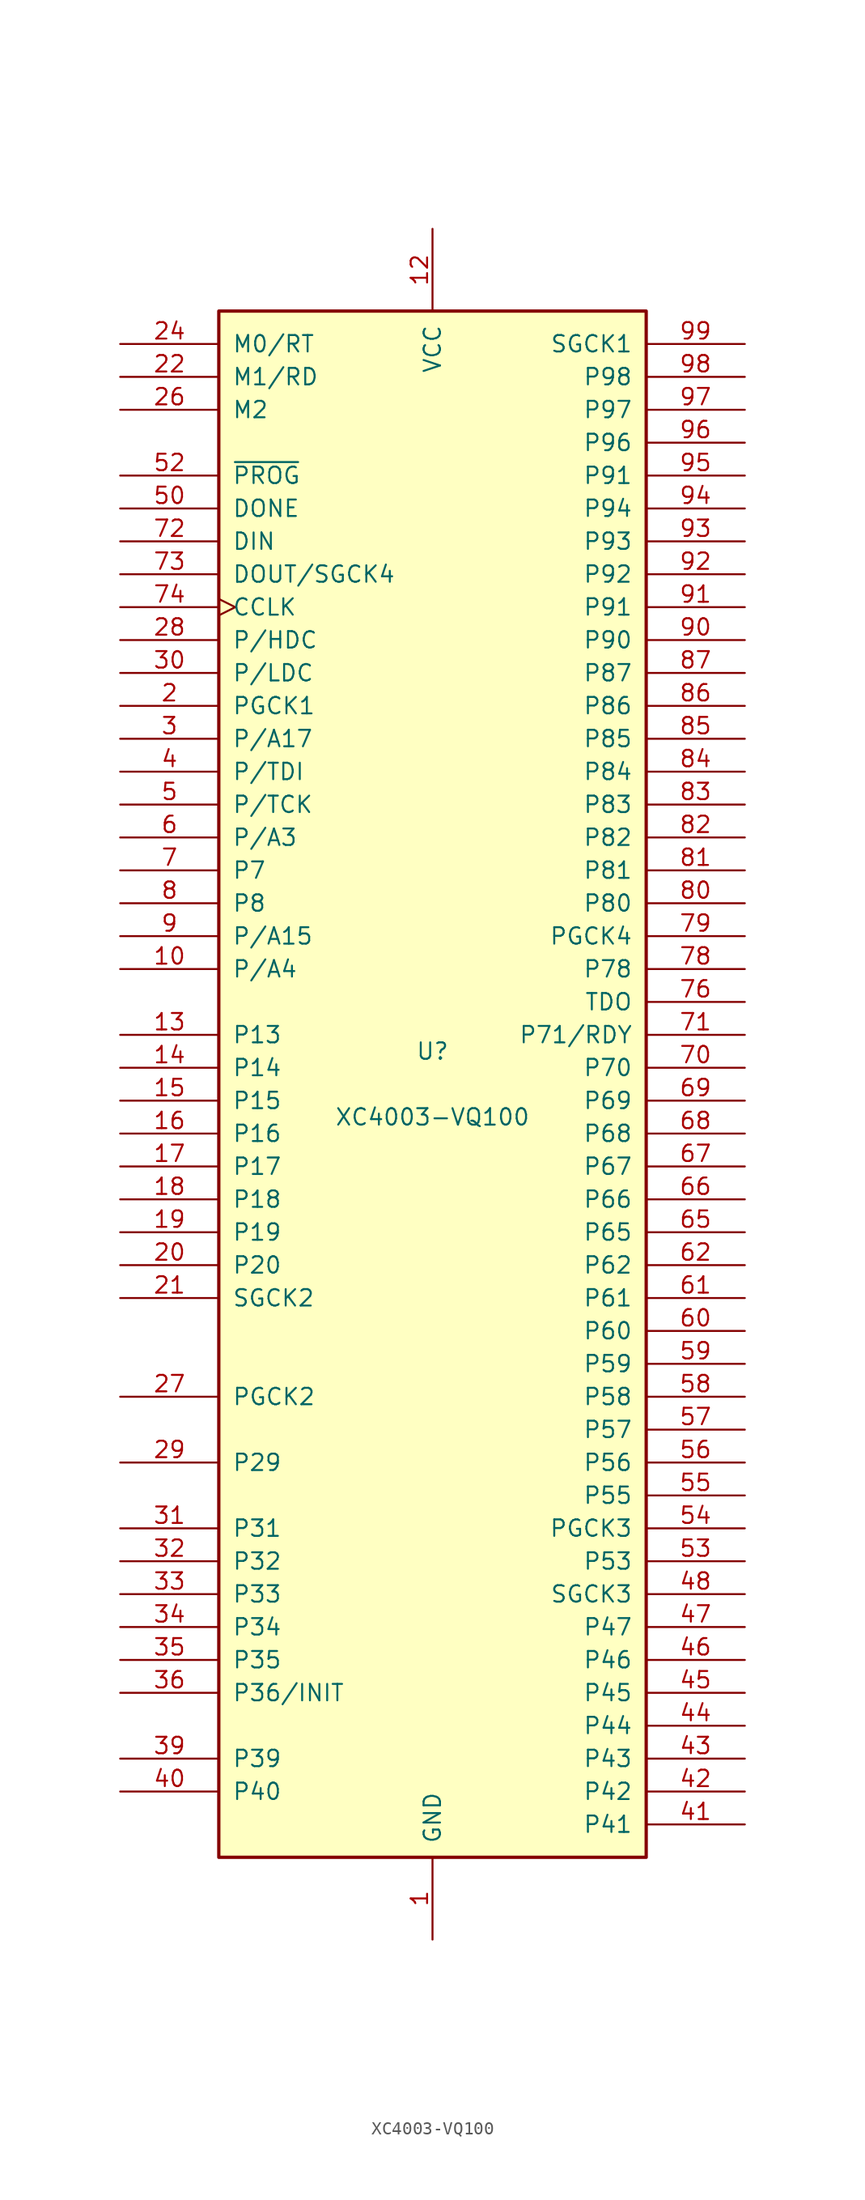
<source format=kicad_sym>
(kicad_symbol_lib
  (version 20241209)
  (generator "kicad_symbol_editor")
  (generator_version "9.0")
  (symbol "XC4003-VQ100"
    (pin_names
      (offset 1.016))
    (property "Reference" "U"
      (at 0 2.54 0)
      (effects (font (size 1.27 1.27))))
    (property "Value" "XC4003-VQ100"
      (at 0 -2.54 0)
      (effects (font (size 1.27 1.27))))
    (symbol "XC4003-VQ100_0_1"
      (rectangle (start -16.51 -59.69) (end 16.51 59.69) (stroke (width 0.254) (type default)) (fill (type background))))
    (symbol "XC4003-VQ100_1_1"
      (pin input line (at -24.13 57.15 0) (length 7.62) (name "M0/RT" (effects (font (size 1.27 1.27)))) (number "24" (effects (font (size 1.27 1.27)))))
      (pin input line (at -24.13 54.61 0) (length 7.62) (name "M1/RD" (effects (font (size 1.27 1.27)))) (number "22" (effects (font (size 1.27 1.27)))))
      (pin passive line (at -24.13 52.07 0) (length 7.62) (name "M2" (effects (font (size 1.27 1.27)))) (number "26" (effects (font (size 1.27 1.27)))))
      (pin input line (at -24.13 46.99 0) (length 7.62) (name "~{PROG}" (effects (font (size 1.27 1.27)))) (number "52" (effects (font (size 1.27 1.27)))))
      (pin open_collector line (at -24.13 44.45 0) (length 7.62) (name "DONE" (effects (font (size 1.27 1.27)))) (number "50" (effects (font (size 1.27 1.27)))))
      (pin passive line (at -24.13 41.91 0) (length 7.62) (name "DIN" (effects (font (size 1.27 1.27)))) (number "72" (effects (font (size 1.27 1.27)))))
      (pin passive line (at -24.13 39.37 0) (length 7.62) (name "DOUT/SGCK4" (effects (font (size 1.27 1.27)))) (number "73" (effects (font (size 1.27 1.27)))))
      (pin input clock (at -24.13 36.83 0) (length 7.62) (name "CCLK" (effects (font (size 1.27 1.27)))) (number "74" (effects (font (size 1.27 1.27)))))
      (pin passive line (at -24.13 34.29 0) (length 7.62) (name "P/HDC" (effects (font (size 1.27 1.27)))) (number "28" (effects (font (size 1.27 1.27)))))
      (pin passive line (at -24.13 31.75 0) (length 7.62) (name "P/LDC" (effects (font (size 1.27 1.27)))) (number "30" (effects (font (size 1.27 1.27)))))
      (pin passive line (at -24.13 29.21 0) (length 7.62) (name "PGCK1" (effects (font (size 1.27 1.27)))) (number "2" (effects (font (size 1.27 1.27)))))
      (pin passive line (at -24.13 26.67 0) (length 7.62) (name "P/A17" (effects (font (size 1.27 1.27)))) (number "3" (effects (font (size 1.27 1.27)))))
      (pin passive line (at -24.13 24.13 0) (length 7.62) (name "P/TDI" (effects (font (size 1.27 1.27)))) (number "4" (effects (font (size 1.27 1.27)))))
      (pin passive line (at -24.13 21.59 0) (length 7.62) (name "P/TCK" (effects (font (size 1.27 1.27)))) (number "5" (effects (font (size 1.27 1.27)))))
      (pin passive line (at -24.13 19.05 0) (length 7.62) (name "P/A3" (effects (font (size 1.27 1.27)))) (number "6" (effects (font (size 1.27 1.27)))))
      (pin passive line (at -24.13 16.51 0) (length 7.62) (name "P7" (effects (font (size 1.27 1.27)))) (number "7" (effects (font (size 1.27 1.27)))))
      (pin passive line (at -24.13 13.97 0) (length 7.62) (name "P8" (effects (font (size 1.27 1.27)))) (number "8" (effects (font (size 1.27 1.27)))))
      (pin passive line (at -24.13 11.43 0) (length 7.62) (name "P/A15" (effects (font (size 1.27 1.27)))) (number "9" (effects (font (size 1.27 1.27)))))
      (pin passive line (at -24.13 8.89 0) (length 7.62) (name "P/A4" (effects (font (size 1.27 1.27)))) (number "10" (effects (font (size 1.27 1.27)))))
      (pin bidirectional line (at -24.13 3.81 0) (length 7.62) (name "P13" (effects (font (size 1.27 1.27)))) (number "13" (effects (font (size 1.27 1.27)))))
      (pin passive line (at -24.13 1.27 0) (length 7.62) (name "P14" (effects (font (size 1.27 1.27)))) (number "14" (effects (font (size 1.27 1.27)))))
      (pin passive line (at -24.13 -1.27 0) (length 7.62) (name "P15" (effects (font (size 1.27 1.27)))) (number "15" (effects (font (size 1.27 1.27)))))
      (pin passive line (at -24.13 -3.81 0) (length 7.62) (name "P16" (effects (font (size 1.27 1.27)))) (number "16" (effects (font (size 1.27 1.27)))))
      (pin passive line (at -24.13 -6.35 0) (length 7.62) (name "P17" (effects (font (size 1.27 1.27)))) (number "17" (effects (font (size 1.27 1.27)))))
      (pin passive line (at -24.13 -8.89 0) (length 7.62) (name "P18" (effects (font (size 1.27 1.27)))) (number "18" (effects (font (size 1.27 1.27)))))
      (pin passive line (at -24.13 -11.43 0) (length 7.62) (name "P19" (effects (font (size 1.27 1.27)))) (number "19" (effects (font (size 1.27 1.27)))))
      (pin passive line (at -24.13 -13.97 0) (length 7.62) (name "P20" (effects (font (size 1.27 1.27)))) (number "20" (effects (font (size 1.27 1.27)))))
      (pin passive line (at -24.13 -16.51 0) (length 7.62) (name "SGCK2" (effects (font (size 1.27 1.27)))) (number "21" (effects (font (size 1.27 1.27)))))
      (pin passive line (at -24.13 -24.13 0) (length 7.62) (name "PGCK2" (effects (font (size 1.27 1.27)))) (number "27" (effects (font (size 1.27 1.27)))))
      (pin passive line (at -24.13 -29.21 0) (length 7.62) (name "P29" (effects (font (size 1.27 1.27)))) (number "29" (effects (font (size 1.27 1.27)))))
      (pin passive line (at -24.13 -34.29 0) (length 7.62) (name "P31" (effects (font (size 1.27 1.27)))) (number "31" (effects (font (size 1.27 1.27)))))
      (pin passive line (at -24.13 -36.83 0) (length 7.62) (name "P32" (effects (font (size 1.27 1.27)))) (number "32" (effects (font (size 1.27 1.27)))))
      (pin passive line (at -24.13 -39.37 0) (length 7.62) (name "P33" (effects (font (size 1.27 1.27)))) (number "33" (effects (font (size 1.27 1.27)))))
      (pin passive line (at -24.13 -41.91 0) (length 7.62) (name "P34" (effects (font (size 1.27 1.27)))) (number "34" (effects (font (size 1.27 1.27)))))
      (pin passive line (at -24.13 -44.45 0) (length 7.62) (name "P35" (effects (font (size 1.27 1.27)))) (number "35" (effects (font (size 1.27 1.27)))))
      (pin passive line (at -24.13 -46.99 0) (length 7.62) (name "P36/INIT" (effects (font (size 1.27 1.27)))) (number "36" (effects (font (size 1.27 1.27)))))
      (pin passive line (at -24.13 -52.07 0) (length 7.62) (name "P39" (effects (font (size 1.27 1.27)))) (number "39" (effects (font (size 1.27 1.27)))))
      (pin passive line (at -24.13 -54.61 0) (length 7.62) (name "P40" (effects (font (size 1.27 1.27)))) (number "40" (effects (font (size 1.27 1.27)))))
      (pin passive line (at 0 66.04 270) (length 6.35) (hide yes) (name "VCC" (effects (font (size 1.27 1.27)))) (number "100" (effects (font (size 1.27 1.27)))))
      (pin power_in line (at 0 66.04 270) (length 6.35) (name "VCC" (effects (font (size 1.27 1.27)))) (number "12" (effects (font (size 1.27 1.27)))))
      (pin passive line (at 0 66.04 270) (length 6.35) (hide yes) (name "VCC" (effects (font (size 1.27 1.27)))) (number "25" (effects (font (size 1.27 1.27)))))
      (pin passive line (at 0 66.04 270) (length 6.35) (hide yes) (name "VCC" (effects (font (size 1.27 1.27)))) (number "37" (effects (font (size 1.27 1.27)))))
      (pin passive line (at 0 66.04 270) (length 6.35) (hide yes) (name "VCC" (effects (font (size 1.27 1.27)))) (number "51" (effects (font (size 1.27 1.27)))))
      (pin passive line (at 0 66.04 270) (length 6.35) (hide yes) (name "VCC" (effects (font (size 1.27 1.27)))) (number "63" (effects (font (size 1.27 1.27)))))
      (pin passive line (at 0 66.04 270) (length 6.35) (hide yes) (name "VCC" (effects (font (size 1.27 1.27)))) (number "75" (effects (font (size 1.27 1.27)))))
      (pin passive line (at 0 66.04 270) (length 6.35) (hide yes) (name "VCC" (effects (font (size 1.27 1.27)))) (number "89" (effects (font (size 1.27 1.27)))))
      (pin power_in line (at 0 -66.04 90) (length 6.35) (name "GND" (effects (font (size 1.27 1.27)))) (number "1" (effects (font (size 1.27 1.27)))))
      (pin passive line (at 0 -66.04 90) (length 6.35) (hide yes) (name "GND" (effects (font (size 1.27 1.27)))) (number "11" (effects (font (size 1.27 1.27)))))
      (pin passive line (at 0 -66.04 90) (length 6.35) (hide yes) (name "GND" (effects (font (size 1.27 1.27)))) (number "23" (effects (font (size 1.27 1.27)))))
      (pin passive line (at 0 -66.04 90) (length 6.35) (hide yes) (name "GND" (effects (font (size 1.27 1.27)))) (number "38" (effects (font (size 1.27 1.27)))))
      (pin passive line (at 0 -66.04 90) (length 6.35) (hide yes) (name "GND" (effects (font (size 1.27 1.27)))) (number "49" (effects (font (size 1.27 1.27)))))
      (pin passive line (at 0 -66.04 90) (length 6.35) (hide yes) (name "GND" (effects (font (size 1.27 1.27)))) (number "64" (effects (font (size 1.27 1.27)))))
      (pin passive line (at 0 -66.04 90) (length 6.35) (hide yes) (name "GND" (effects (font (size 1.27 1.27)))) (number "77" (effects (font (size 1.27 1.27)))))
      (pin passive line (at 0 -66.04 90) (length 6.35) (hide yes) (name "GND" (effects (font (size 1.27 1.27)))) (number "88" (effects (font (size 1.27 1.27)))))
      (pin bidirectional line (at 24.13 57.15 180) (length 7.62) (name "SGCK1" (effects (font (size 1.27 1.27)))) (number "99" (effects (font (size 1.27 1.27)))))
      (pin bidirectional line (at 24.13 54.61 180) (length 7.62) (name "P98" (effects (font (size 1.27 1.27)))) (number "98" (effects (font (size 1.27 1.27)))))
      (pin passive line (at 24.13 52.07 180) (length 7.62) (name "P97" (effects (font (size 1.27 1.27)))) (number "97" (effects (font (size 1.27 1.27)))))
      (pin passive line (at 24.13 49.53 180) (length 7.62) (name "P96" (effects (font (size 1.27 1.27)))) (number "96" (effects (font (size 1.27 1.27)))))
      (pin passive line (at 24.13 46.99 180) (length 7.62) (name "P91" (effects (font (size 1.27 1.27)))) (number "95" (effects (font (size 1.27 1.27)))))
      (pin passive line (at 24.13 44.45 180) (length 7.62) (name "P94" (effects (font (size 1.27 1.27)))) (number "94" (effects (font (size 1.27 1.27)))))
      (pin passive line (at 24.13 41.91 180) (length 7.62) (name "P93" (effects (font (size 1.27 1.27)))) (number "93" (effects (font (size 1.27 1.27)))))
      (pin passive line (at 24.13 39.37 180) (length 7.62) (name "P92" (effects (font (size 1.27 1.27)))) (number "92" (effects (font (size 1.27 1.27)))))
      (pin passive line (at 24.13 36.83 180) (length 7.62) (name "P91" (effects (font (size 1.27 1.27)))) (number "91" (effects (font (size 1.27 1.27)))))
      (pin bidirectional line (at 24.13 34.29 180) (length 7.62) (name "P90" (effects (font (size 1.27 1.27)))) (number "90" (effects (font (size 1.27 1.27)))))
      (pin passive line (at 24.13 31.75 180) (length 7.62) (name "P87" (effects (font (size 1.27 1.27)))) (number "87" (effects (font (size 1.27 1.27)))))
      (pin passive line (at 24.13 29.21 180) (length 7.62) (name "P86" (effects (font (size 1.27 1.27)))) (number "86" (effects (font (size 1.27 1.27)))))
      (pin passive line (at 24.13 26.67 180) (length 7.62) (name "P85" (effects (font (size 1.27 1.27)))) (number "85" (effects (font (size 1.27 1.27)))))
      (pin passive line (at 24.13 24.13 180) (length 7.62) (name "P84" (effects (font (size 1.27 1.27)))) (number "84" (effects (font (size 1.27 1.27)))))
      (pin passive line (at 24.13 21.59 180) (length 7.62) (name "P83" (effects (font (size 1.27 1.27)))) (number "83" (effects (font (size 1.27 1.27)))))
      (pin passive line (at 24.13 19.05 180) (length 7.62) (name "P82" (effects (font (size 1.27 1.27)))) (number "82" (effects (font (size 1.27 1.27)))))
      (pin passive line (at 24.13 16.51 180) (length 7.62) (name "P81" (effects (font (size 1.27 1.27)))) (number "81" (effects (font (size 1.27 1.27)))))
      (pin passive line (at 24.13 13.97 180) (length 7.62) (name "P80" (effects (font (size 1.27 1.27)))) (number "80" (effects (font (size 1.27 1.27)))))
      (pin passive line (at 24.13 11.43 180) (length 7.62) (name "PGCK4" (effects (font (size 1.27 1.27)))) (number "79" (effects (font (size 1.27 1.27)))))
      (pin passive line (at 24.13 8.89 180) (length 7.62) (name "P78" (effects (font (size 1.27 1.27)))) (number "78" (effects (font (size 1.27 1.27)))))
      (pin output line (at 24.13 6.35 180) (length 7.62) (name "TDO" (effects (font (size 1.27 1.27)))) (number "76" (effects (font (size 1.27 1.27)))))
      (pin passive line (at 24.13 3.81 180) (length 7.62) (name "P71/RDY" (effects (font (size 1.27 1.27)))) (number "71" (effects (font (size 1.27 1.27)))))
      (pin passive line (at 24.13 1.27 180) (length 7.62) (name "P70" (effects (font (size 1.27 1.27)))) (number "70" (effects (font (size 1.27 1.27)))))
      (pin passive line (at 24.13 -1.27 180) (length 7.62) (name "P69" (effects (font (size 1.27 1.27)))) (number "69" (effects (font (size 1.27 1.27)))))
      (pin passive line (at 24.13 -3.81 180) (length 7.62) (name "P68" (effects (font (size 1.27 1.27)))) (number "68" (effects (font (size 1.27 1.27)))))
      (pin passive line (at 24.13 -6.35 180) (length 7.62) (name "P67" (effects (font (size 1.27 1.27)))) (number "67" (effects (font (size 1.27 1.27)))))
      (pin passive line (at 24.13 -8.89 180) (length 7.62) (name "P66" (effects (font (size 1.27 1.27)))) (number "66" (effects (font (size 1.27 1.27)))))
      (pin passive line (at 24.13 -11.43 180) (length 7.62) (name "P65" (effects (font (size 1.27 1.27)))) (number "65" (effects (font (size 1.27 1.27)))))
      (pin passive line (at 24.13 -13.97 180) (length 7.62) (name "P62" (effects (font (size 1.27 1.27)))) (number "62" (effects (font (size 1.27 1.27)))))
      (pin passive line (at 24.13 -16.51 180) (length 7.62) (name "P61" (effects (font (size 1.27 1.27)))) (number "61" (effects (font (size 1.27 1.27)))))
      (pin passive line (at 24.13 -19.05 180) (length 7.62) (name "P60" (effects (font (size 1.27 1.27)))) (number "60" (effects (font (size 1.27 1.27)))))
      (pin passive line (at 24.13 -21.59 180) (length 7.62) (name "P59" (effects (font (size 1.27 1.27)))) (number "59" (effects (font (size 1.27 1.27)))))
      (pin passive line (at 24.13 -24.13 180) (length 7.62) (name "P58" (effects (font (size 1.27 1.27)))) (number "58" (effects (font (size 1.27 1.27)))))
      (pin passive line (at 24.13 -26.67 180) (length 7.62) (name "P57" (effects (font (size 1.27 1.27)))) (number "57" (effects (font (size 1.27 1.27)))))
      (pin bidirectional line (at 24.13 -29.21 180) (length 7.62) (name "P56" (effects (font (size 1.27 1.27)))) (number "56" (effects (font (size 1.27 1.27)))))
      (pin passive line (at 24.13 -31.75 180) (length 7.62) (name "P55" (effects (font (size 1.27 1.27)))) (number "55" (effects (font (size 1.27 1.27)))))
      (pin bidirectional line (at 24.13 -34.29 180) (length 7.62) (name "PGCK3" (effects (font (size 1.27 1.27)))) (number "54" (effects (font (size 1.27 1.27)))))
      (pin bidirectional line (at 24.13 -36.83 180) (length 7.62) (name "P53" (effects (font (size 1.27 1.27)))) (number "53" (effects (font (size 1.27 1.27)))))
      (pin passive line (at 24.13 -39.37 180) (length 7.62) (name "SGCK3" (effects (font (size 1.27 1.27)))) (number "48" (effects (font (size 1.27 1.27)))))
      (pin passive line (at 24.13 -41.91 180) (length 7.62) (name "P47" (effects (font (size 1.27 1.27)))) (number "47" (effects (font (size 1.27 1.27)))))
      (pin passive line (at 24.13 -44.45 180) (length 7.62) (name "P46" (effects (font (size 1.27 1.27)))) (number "46" (effects (font (size 1.27 1.27)))))
      (pin passive line (at 24.13 -46.99 180) (length 7.62) (name "P45" (effects (font (size 1.27 1.27)))) (number "45" (effects (font (size 1.27 1.27)))))
      (pin passive line (at 24.13 -49.53 180) (length 7.62) (name "P44" (effects (font (size 1.27 1.27)))) (number "44" (effects (font (size 1.27 1.27)))))
      (pin passive line (at 24.13 -52.07 180) (length 7.62) (name "P43" (effects (font (size 1.27 1.27)))) (number "43" (effects (font (size 1.27 1.27)))))
      (pin passive line (at 24.13 -54.61 180) (length 7.62) (name "P42" (effects (font (size 1.27 1.27)))) (number "42" (effects (font (size 1.27 1.27)))))
      (pin passive line (at 24.13 -57.15 180) (length 7.62) (name "P41" (effects (font (size 1.27 1.27)))) (number "41" (effects (font (size 1.27 1.27))))))))
</source>
